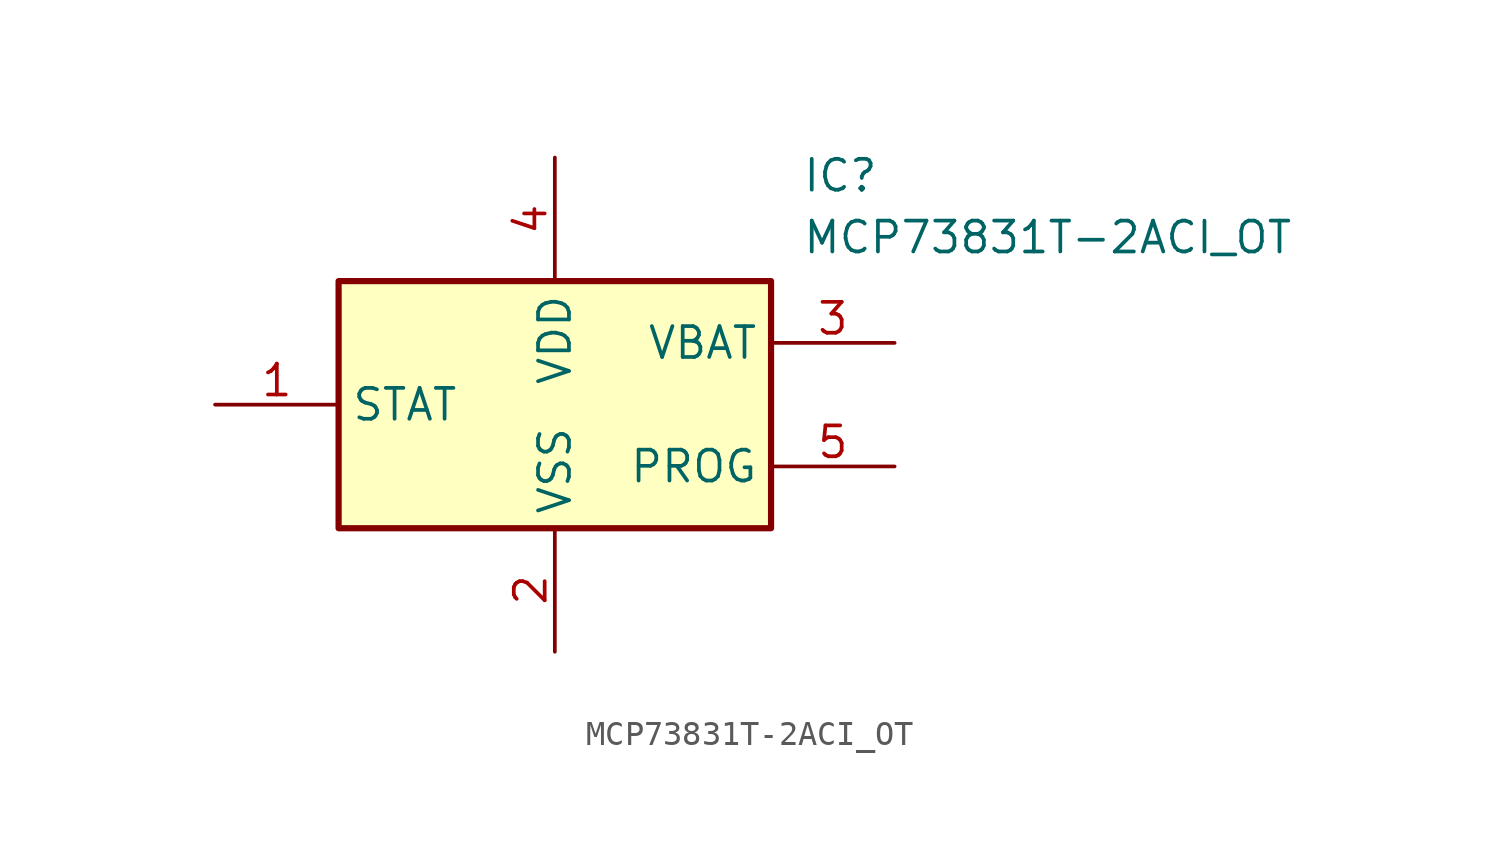
<source format=kicad_sym>
(kicad_symbol_lib
  (version 20241209)
  (generator "kicad_symbol_editor")
  (generator_version "9.0")
  (symbol "MCP73831T-2ACI_OT"
    (property "Reference" "IC"
      (at 19.05 5.08 0)
      (effects (font (size 1.27 1.27)) (justify left top)))
    (property "Value" "MCP73831T-2ACI_OT"
      (at 19.05 2.54 0)
      (effects (font (size 1.27 1.27)) (justify left top)))
    (symbol "MCP73831T-2ACI_OT_1_1"
      (rectangle (start 0 0) (end 17.78 -10.16) (stroke (width 0.254) (type default)) (fill (type background)))
      (pin passive line (at -5.08 -5.08 0) (length 5.08) (name "STAT" (effects (font (size 1.27 1.27)))) (number "1" (effects (font (size 1.27 1.27)))))
      (pin passive line (at 8.89 5.08 270) (length 5.08) (name "VDD" (effects (font (size 1.27 1.27)))) (number "4" (effects (font (size 1.27 1.27)))))
      (pin passive line (at 8.89 -15.24 90) (length 5.08) (name "VSS" (effects (font (size 1.27 1.27)))) (number "2" (effects (font (size 1.27 1.27)))))
      (pin passive line (at 22.86 -2.54 180) (length 5.08) (name "VBAT" (effects (font (size 1.27 1.27)))) (number "3" (effects (font (size 1.27 1.27)))))
      (pin passive line (at 22.86 -7.62 180) (length 5.08) (name "PROG" (effects (font (size 1.27 1.27)))) (number "5" (effects (font (size 1.27 1.27))))))))
</source>
